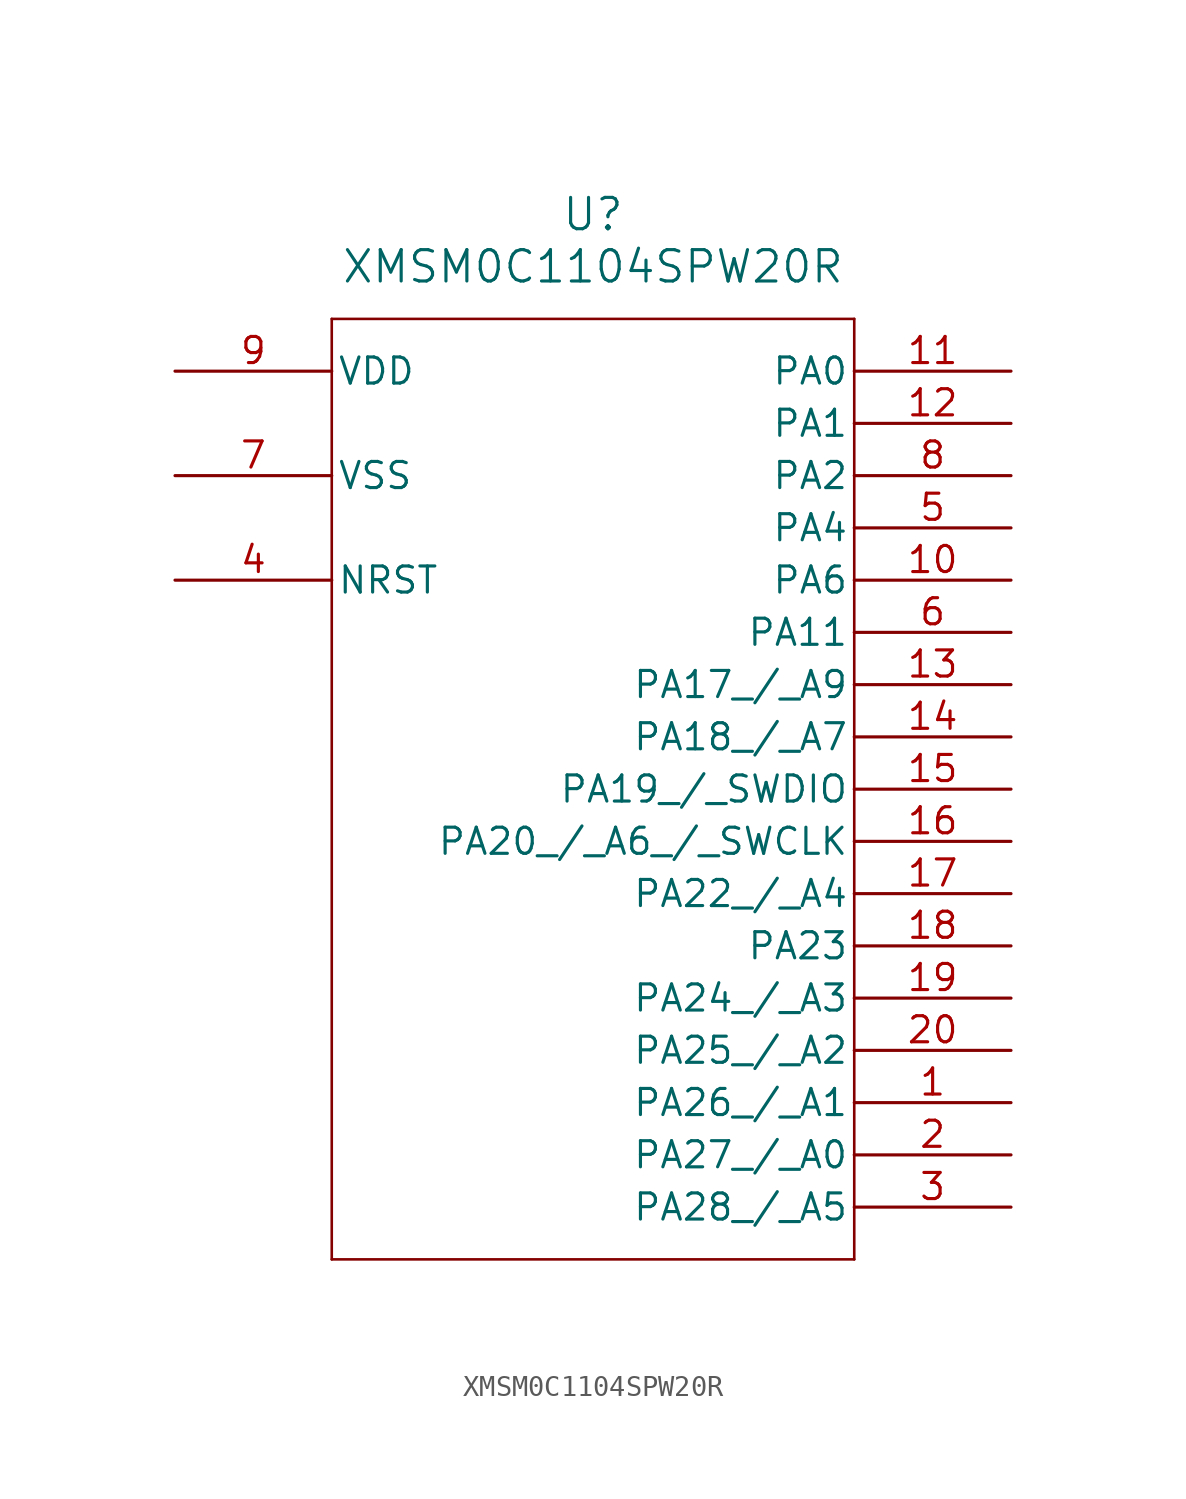
<source format=kicad_sym>
(kicad_symbol_lib
  (version 20241209)
  (generator "kicad_symbol_editor")
  (generator_version "9.0")
  (symbol "XMSM0C1104SPW20R"
    (pin_names
      (offset 0.254))
    (property "Reference" "U"
      (at 0 30.48 0)
      (effects (font (size 1.524 1.524))))
    (property "Value" "XMSM0C1104SPW20R"
      (at 0 27.94 0)
      (effects (font (size 1.524 1.524))))
    (property "ki_locked" ""
      (at 0 0 0)
      (effects (font (size 1.27 1.27))))
    (symbol "XMSM0C1104SPW20R_0_1"
      (polyline (pts (xy -12.7 25.4) (xy -12.7 -20.32)) (stroke (width 0.127) (type default)) (fill (type none)))
      (polyline (pts (xy -12.7 -20.32) (xy 12.7 -20.32)) (stroke (width 0.127) (type default)) (fill (type none)))
      (polyline (pts (xy 12.7 25.4) (xy -12.7 25.4)) (stroke (width 0.127) (type default)) (fill (type none)))
      (polyline (pts (xy 12.7 -20.32) (xy 12.7 25.4)) (stroke (width 0.127) (type default)) (fill (type none)))
      (pin power_in line (at -20.32 22.86 0) (length 7.62) (name "VDD" (effects (font (size 1.27 1.27)))) (number "9" (effects (font (size 1.27 1.27)))))
      (pin power_out line (at -20.32 17.78 0) (length 7.62) (name "VSS" (effects (font (size 1.27 1.27)))) (number "7" (effects (font (size 1.27 1.27)))))
      (pin unspecified line (at -20.32 12.7 0) (length 7.62) (name "NRST" (effects (font (size 1.27 1.27)))) (number "4" (effects (font (size 1.27 1.27)))))
      (pin bidirectional line (at 20.32 22.86 180) (length 7.62) (name "PA0" (effects (font (size 1.27 1.27)))) (number "11" (effects (font (size 1.27 1.27)))))
      (pin bidirectional line (at 20.32 20.32 180) (length 7.62) (name "PA1" (effects (font (size 1.27 1.27)))) (number "12" (effects (font (size 1.27 1.27)))))
      (pin bidirectional line (at 20.32 17.78 180) (length 7.62) (name "PA2" (effects (font (size 1.27 1.27)))) (number "8" (effects (font (size 1.27 1.27)))))
      (pin bidirectional line (at 20.32 15.24 180) (length 7.62) (name "PA4" (effects (font (size 1.27 1.27)))) (number "5" (effects (font (size 1.27 1.27)))))
      (pin bidirectional line (at 20.32 12.7 180) (length 7.62) (name "PA6" (effects (font (size 1.27 1.27)))) (number "10" (effects (font (size 1.27 1.27)))))
      (pin bidirectional line (at 20.32 10.16 180) (length 7.62) (name "PA11" (effects (font (size 1.27 1.27)))) (number "6" (effects (font (size 1.27 1.27)))))
      (pin bidirectional line (at 20.32 7.62 180) (length 7.62) (name "PA17_/_A9" (effects (font (size 1.27 1.27)))) (number "13" (effects (font (size 1.27 1.27)))))
      (pin bidirectional line (at 20.32 5.08 180) (length 7.62) (name "PA18_/_A7" (effects (font (size 1.27 1.27)))) (number "14" (effects (font (size 1.27 1.27)))))
      (pin bidirectional line (at 20.32 2.54 180) (length 7.62) (name "PA19_/_SWDIO" (effects (font (size 1.27 1.27)))) (number "15" (effects (font (size 1.27 1.27)))))
      (pin bidirectional line (at 20.32 0 180) (length 7.62) (name "PA20_/_A6_/_SWCLK" (effects (font (size 1.27 1.27)))) (number "16" (effects (font (size 1.27 1.27)))))
      (pin bidirectional line (at 20.32 -2.54 180) (length 7.62) (name "PA22_/_A4" (effects (font (size 1.27 1.27)))) (number "17" (effects (font (size 1.27 1.27)))))
      (pin bidirectional line (at 20.32 -5.08 180) (length 7.62) (name "PA23" (effects (font (size 1.27 1.27)))) (number "18" (effects (font (size 1.27 1.27)))))
      (pin bidirectional line (at 20.32 -7.62 180) (length 7.62) (name "PA24_/_A3" (effects (font (size 1.27 1.27)))) (number "19" (effects (font (size 1.27 1.27)))))
      (pin bidirectional line (at 20.32 -10.16 180) (length 7.62) (name "PA25_/_A2" (effects (font (size 1.27 1.27)))) (number "20" (effects (font (size 1.27 1.27)))))
      (pin bidirectional line (at 20.32 -12.7 180) (length 7.62) (name "PA26_/_A1" (effects (font (size 1.27 1.27)))) (number "1" (effects (font (size 1.27 1.27)))))
      (pin bidirectional line (at 20.32 -15.24 180) (length 7.62) (name "PA27_/_A0" (effects (font (size 1.27 1.27)))) (number "2" (effects (font (size 1.27 1.27)))))
      (pin bidirectional line (at 20.32 -17.78 180) (length 7.62) (name "PA28_/_A5" (effects (font (size 1.27 1.27)))) (number "3" (effects (font (size 1.27 1.27))))))))
</source>
